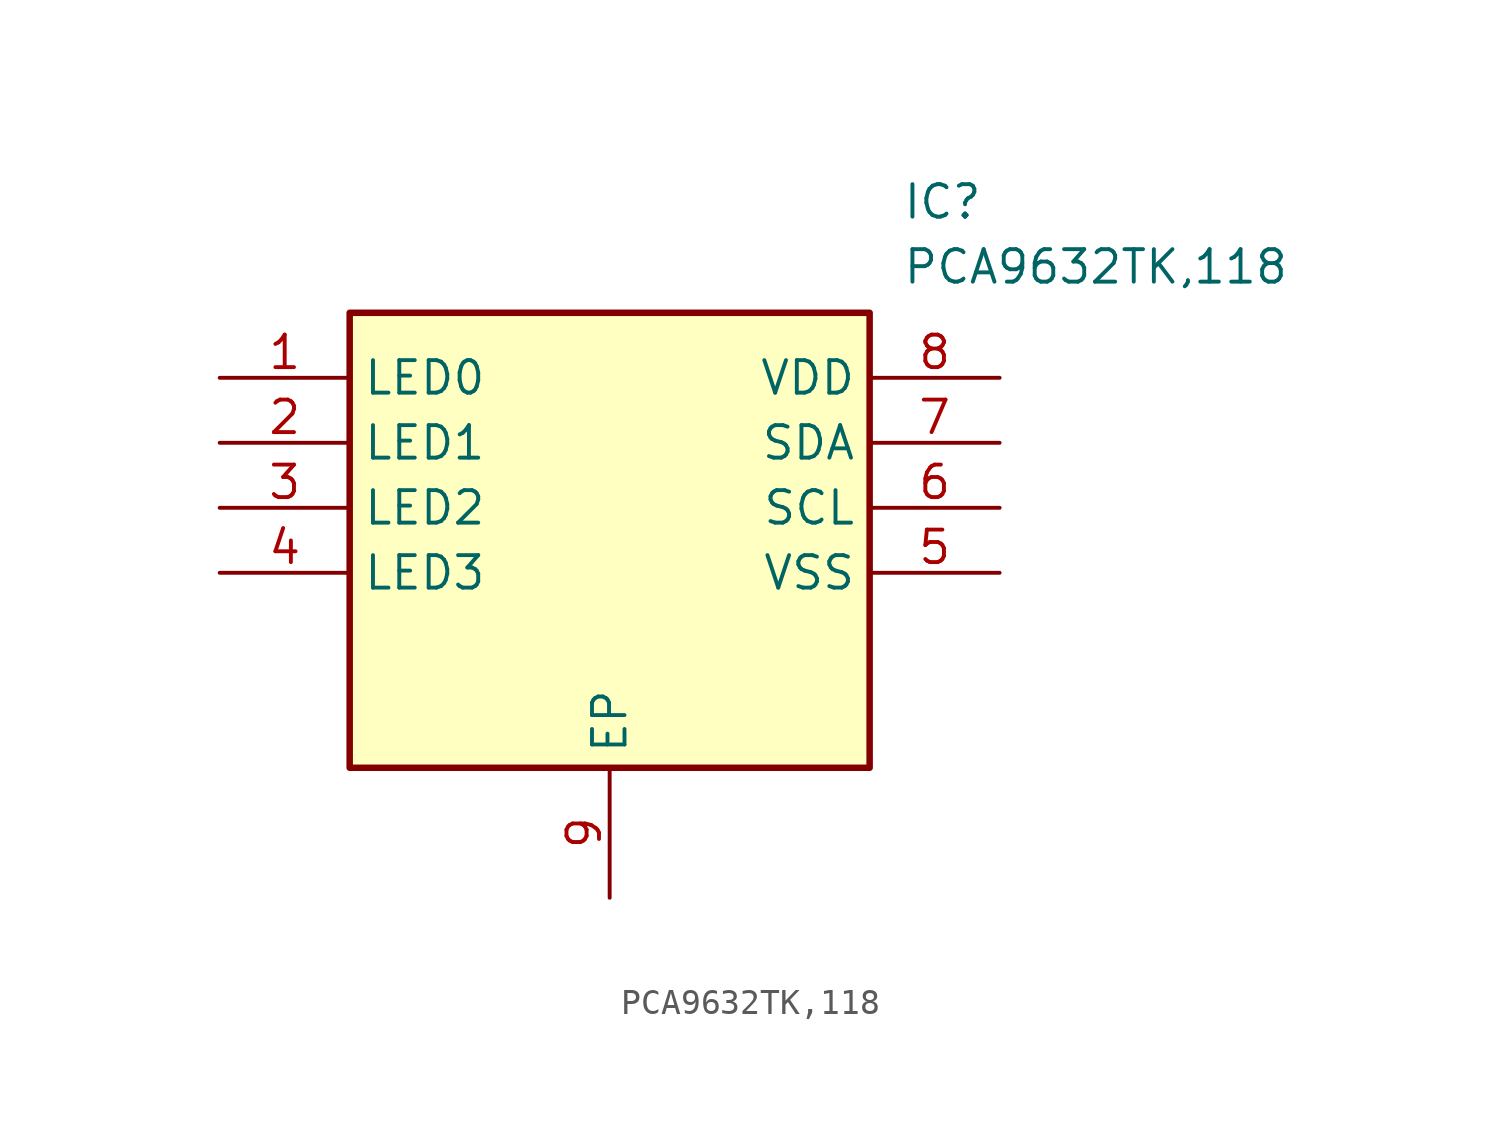
<source format=kicad_sym>
(kicad_symbol_lib
  (version 20211014)
  (generator SamacSys_ECAD_Model)
  (symbol "PCA9632TK,118"
    (property "Reference" "IC"
      (at 26.67 7.62 0)
      (effects (font (size 1.27 1.27)) (justify left top)))
    (property "Value" "PCA9632TK,118"
      (at 26.67 5.08 0)
      (effects (font (size 1.27 1.27)) (justify left top)))
    (rectangle
      (start 5.08 2.54)
      (end 25.4 -15.24)
      (stroke (width 0.254) (type default))
      (fill (type background)))
    (pin passive line
      (at 0 0 0)
      (length 5.08)
      (name "LED0" (effects (font (size 1.27 1.27))))
      (number "1" (effects (font (size 1.27 1.27)))))
    (pin passive line
      (at 0 -2.54 0)
      (length 5.08)
      (name "LED1" (effects (font (size 1.27 1.27))))
      (number "2" (effects (font (size 1.27 1.27)))))
    (pin passive line
      (at 0 -5.08 0)
      (length 5.08)
      (name "LED2" (effects (font (size 1.27 1.27))))
      (number "3" (effects (font (size 1.27 1.27)))))
    (pin passive line
      (at 0 -7.62 0)
      (length 5.08)
      (name "LED3" (effects (font (size 1.27 1.27))))
      (number "4" (effects (font (size 1.27 1.27)))))
    (pin passive line
      (at 15.24 -20.32 90)
      (length 5.08)
      (name "EP" (effects (font (size 1.27 1.27))))
      (number "9" (effects (font (size 1.27 1.27)))))
    (pin passive line
      (at 30.48 0 180)
      (length 5.08)
      (name "VDD" (effects (font (size 1.27 1.27))))
      (number "8" (effects (font (size 1.27 1.27)))))
    (pin passive line
      (at 30.48 -2.54 180)
      (length 5.08)
      (name "SDA" (effects (font (size 1.27 1.27))))
      (number "7" (effects (font (size 1.27 1.27)))))
    (pin passive line
      (at 30.48 -5.08 180)
      (length 5.08)
      (name "SCL" (effects (font (size 1.27 1.27))))
      (number "6" (effects (font (size 1.27 1.27)))))
    (pin passive line
      (at 30.48 -7.62 180)
      (length 5.08)
      (name "VSS" (effects (font (size 1.27 1.27))))
      (number "5" (effects (font (size 1.27 1.27)))))))
</source>
